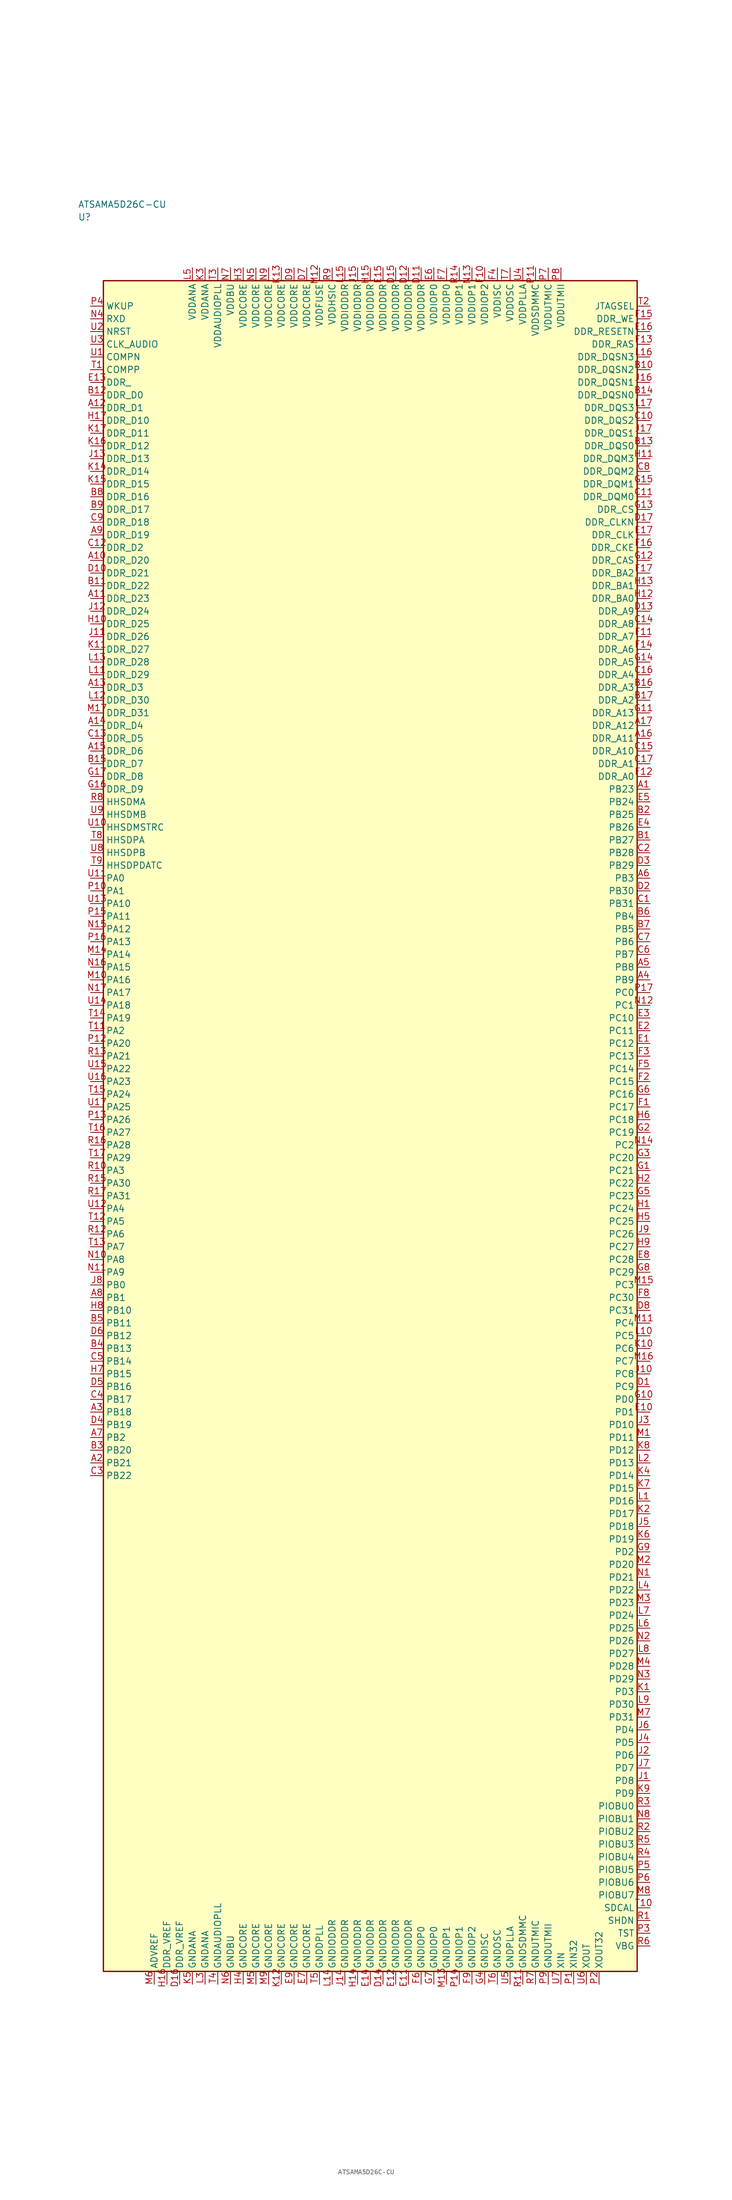
<source format=kicad_sym>
(kicad_symbol_lib
  (version 20241025)
  (generator "kicad_symbol_editor")
  (generator_version "8.0")
  (symbol "ATSAMA5D26C-CU"
    (property "Reference" "U"
      (at -57.5 178.75 0)
      (effects (font (size 1.27 1.27)) (justify left)))
    (property "Value" "ATSAMA5D26C-CU"
      (at -57.5 181.25 0)
      (effects (font (size 1.27 1.27)) (justify left)))
    (symbol "ATSAMA5D26C-CU_0_1"
      (rectangle (start -52.5 166.25) (end 52.5 -166.25) (stroke (width 0.254) (type default)) (fill (type background))))
    (symbol "ATSAMA5D26C-CU_1_1"
      (pin bidirectional line (at -55.04 48.75 0.0) (length 2.54) (name "PA0" (effects (font (size 1.27 1.27)))) (number "U11" (effects (font (size 1.27 1.27)))))
      (pin bidirectional line (at -55.04 46.25 0.0) (length 2.54) (name "PA1" (effects (font (size 1.27 1.27)))) (number "P10" (effects (font (size 1.27 1.27)))))
      (pin bidirectional line (at -55.04 18.75 0.0) (length 2.54) (name "PA2" (effects (font (size 1.27 1.27)))) (number "T11" (effects (font (size 1.27 1.27)))))
      (pin bidirectional line (at -55.04 -8.75 0.0) (length 2.54) (name "PA3" (effects (font (size 1.27 1.27)))) (number "R10" (effects (font (size 1.27 1.27)))))
      (pin bidirectional line (at -55.04 -16.25 0.0) (length 2.54) (name "PA4" (effects (font (size 1.27 1.27)))) (number "U12" (effects (font (size 1.27 1.27)))))
      (pin bidirectional line (at -55.04 -18.75 0.0) (length 2.54) (name "PA5" (effects (font (size 1.27 1.27)))) (number "T12" (effects (font (size 1.27 1.27)))))
      (pin bidirectional line (at -55.04 -21.25 0.0) (length 2.54) (name "PA6" (effects (font (size 1.27 1.27)))) (number "R12" (effects (font (size 1.27 1.27)))))
      (pin bidirectional line (at -55.04 -23.75 0.0) (length 2.54) (name "PA7" (effects (font (size 1.27 1.27)))) (number "T13" (effects (font (size 1.27 1.27)))))
      (pin bidirectional line (at -55.04 -26.25 0.0) (length 2.54) (name "PA8" (effects (font (size 1.27 1.27)))) (number "N10" (effects (font (size 1.27 1.27)))))
      (pin bidirectional line (at -55.04 -28.75 0.0) (length 2.54) (name "PA9" (effects (font (size 1.27 1.27)))) (number "N11" (effects (font (size 1.27 1.27)))))
      (pin bidirectional line (at -55.04 43.75 0.0) (length 2.54) (name "PA10" (effects (font (size 1.27 1.27)))) (number "U13" (effects (font (size 1.27 1.27)))))
      (pin bidirectional line (at -55.04 41.25 0.0) (length 2.54) (name "PA11" (effects (font (size 1.27 1.27)))) (number "P15" (effects (font (size 1.27 1.27)))))
      (pin bidirectional line (at -55.04 38.75 0.0) (length 2.54) (name "PA12" (effects (font (size 1.27 1.27)))) (number "N15" (effects (font (size 1.27 1.27)))))
      (pin bidirectional line (at -55.04 36.25 0.0) (length 2.54) (name "PA13" (effects (font (size 1.27 1.27)))) (number "P16" (effects (font (size 1.27 1.27)))))
      (pin bidirectional line (at -55.04 33.75 0.0) (length 2.54) (name "PA14" (effects (font (size 1.27 1.27)))) (number "M14" (effects (font (size 1.27 1.27)))))
      (pin bidirectional line (at -55.04 31.25 0.0) (length 2.54) (name "PA15" (effects (font (size 1.27 1.27)))) (number "N16" (effects (font (size 1.27 1.27)))))
      (pin bidirectional line (at -55.04 28.75 0.0) (length 2.54) (name "PA16" (effects (font (size 1.27 1.27)))) (number "M10" (effects (font (size 1.27 1.27)))))
      (pin bidirectional line (at -55.04 26.25 0.0) (length 2.54) (name "PA17" (effects (font (size 1.27 1.27)))) (number "N17" (effects (font (size 1.27 1.27)))))
      (pin bidirectional line (at -55.04 23.75 0.0) (length 2.54) (name "PA18" (effects (font (size 1.27 1.27)))) (number "U14" (effects (font (size 1.27 1.27)))))
      (pin bidirectional line (at -55.04 21.25 0.0) (length 2.54) (name "PA19" (effects (font (size 1.27 1.27)))) (number "T14" (effects (font (size 1.27 1.27)))))
      (pin bidirectional line (at -55.04 16.25 0.0) (length 2.54) (name "PA20" (effects (font (size 1.27 1.27)))) (number "P12" (effects (font (size 1.27 1.27)))))
      (pin bidirectional line (at -55.04 13.75 0.0) (length 2.54) (name "PA21" (effects (font (size 1.27 1.27)))) (number "R13" (effects (font (size 1.27 1.27)))))
      (pin bidirectional line (at -55.04 11.25 0.0) (length 2.54) (name "PA22" (effects (font (size 1.27 1.27)))) (number "U15" (effects (font (size 1.27 1.27)))))
      (pin bidirectional line (at -55.04 8.75 0.0) (length 2.54) (name "PA23" (effects (font (size 1.27 1.27)))) (number "U16" (effects (font (size 1.27 1.27)))))
      (pin bidirectional line (at -55.04 6.25 0.0) (length 2.54) (name "PA24" (effects (font (size 1.27 1.27)))) (number "T15" (effects (font (size 1.27 1.27)))))
      (pin bidirectional line (at -55.04 3.75 0.0) (length 2.54) (name "PA25" (effects (font (size 1.27 1.27)))) (number "U17" (effects (font (size 1.27 1.27)))))
      (pin bidirectional line (at -55.04 1.25 0.0) (length 2.54) (name "PA26" (effects (font (size 1.27 1.27)))) (number "P13" (effects (font (size 1.27 1.27)))))
      (pin bidirectional line (at -55.04 -1.25 0.0) (length 2.54) (name "PA27" (effects (font (size 1.27 1.27)))) (number "T16" (effects (font (size 1.27 1.27)))))
      (pin bidirectional line (at -55.04 -3.75 0.0) (length 2.54) (name "PA28" (effects (font (size 1.27 1.27)))) (number "R16" (effects (font (size 1.27 1.27)))))
      (pin bidirectional line (at -55.04 -6.25 0.0) (length 2.54) (name "PA29" (effects (font (size 1.27 1.27)))) (number "T17" (effects (font (size 1.27 1.27)))))
      (pin bidirectional line (at -55.04 -11.25 0.0) (length 2.54) (name "PA30" (effects (font (size 1.27 1.27)))) (number "R15" (effects (font (size 1.27 1.27)))))
      (pin bidirectional line (at -55.04 -13.75 0.0) (length 2.54) (name "PA31" (effects (font (size 1.27 1.27)))) (number "R17" (effects (font (size 1.27 1.27)))))
      (pin bidirectional line (at -55.04 -31.25 0.0) (length 2.54) (name "PB0" (effects (font (size 1.27 1.27)))) (number "J8" (effects (font (size 1.27 1.27)))))
      (pin bidirectional line (at -55.04 -33.75 0.0) (length 2.54) (name "PB1" (effects (font (size 1.27 1.27)))) (number "A8" (effects (font (size 1.27 1.27)))))
      (pin bidirectional line (at -55.04 -61.25 0.0) (length 2.54) (name "PB2" (effects (font (size 1.27 1.27)))) (number "A7" (effects (font (size 1.27 1.27)))))
      (pin bidirectional line (at 55.04 48.75 180.0) (length 2.54) (name "PB3" (effects (font (size 1.27 1.27)))) (number "A6" (effects (font (size 1.27 1.27)))))
      (pin bidirectional line (at 55.04 41.25 180.0) (length 2.54) (name "PB4" (effects (font (size 1.27 1.27)))) (number "B6" (effects (font (size 1.27 1.27)))))
      (pin bidirectional line (at 55.04 38.75 180.0) (length 2.54) (name "PB5" (effects (font (size 1.27 1.27)))) (number "B7" (effects (font (size 1.27 1.27)))))
      (pin bidirectional line (at 55.04 36.25 180.0) (length 2.54) (name "PB6" (effects (font (size 1.27 1.27)))) (number "C7" (effects (font (size 1.27 1.27)))))
      (pin bidirectional line (at 55.04 33.75 180.0) (length 2.54) (name "PB7" (effects (font (size 1.27 1.27)))) (number "C6" (effects (font (size 1.27 1.27)))))
      (pin bidirectional line (at 55.04 31.25 180.0) (length 2.54) (name "PB8" (effects (font (size 1.27 1.27)))) (number "A5" (effects (font (size 1.27 1.27)))))
      (pin bidirectional line (at 55.04 28.75 180.0) (length 2.54) (name "PB9" (effects (font (size 1.27 1.27)))) (number "A4" (effects (font (size 1.27 1.27)))))
      (pin bidirectional line (at -55.04 -36.25 0.0) (length 2.54) (name "PB10" (effects (font (size 1.27 1.27)))) (number "H8" (effects (font (size 1.27 1.27)))))
      (pin bidirectional line (at -55.04 -38.75 0.0) (length 2.54) (name "PB11" (effects (font (size 1.27 1.27)))) (number "B5" (effects (font (size 1.27 1.27)))))
      (pin bidirectional line (at -55.04 -41.25 0.0) (length 2.54) (name "PB12" (effects (font (size 1.27 1.27)))) (number "D6" (effects (font (size 1.27 1.27)))))
      (pin bidirectional line (at -55.04 -43.75 0.0) (length 2.54) (name "PB13" (effects (font (size 1.27 1.27)))) (number "B4" (effects (font (size 1.27 1.27)))))
      (pin bidirectional line (at -55.04 -46.25 0.0) (length 2.54) (name "PB14" (effects (font (size 1.27 1.27)))) (number "C5" (effects (font (size 1.27 1.27)))))
      (pin bidirectional line (at -55.04 -48.75 0.0) (length 2.54) (name "PB15" (effects (font (size 1.27 1.27)))) (number "H7" (effects (font (size 1.27 1.27)))))
      (pin bidirectional line (at -55.04 -51.25 0.0) (length 2.54) (name "PB16" (effects (font (size 1.27 1.27)))) (number "D5" (effects (font (size 1.27 1.27)))))
      (pin bidirectional line (at -55.04 -53.75 0.0) (length 2.54) (name "PB17" (effects (font (size 1.27 1.27)))) (number "C4" (effects (font (size 1.27 1.27)))))
      (pin bidirectional line (at -55.04 -56.25 0.0) (length 2.54) (name "PB18" (effects (font (size 1.27 1.27)))) (number "A3" (effects (font (size 1.27 1.27)))))
      (pin bidirectional line (at -55.04 -58.75 0.0) (length 2.54) (name "PB19" (effects (font (size 1.27 1.27)))) (number "D4" (effects (font (size 1.27 1.27)))))
      (pin bidirectional line (at -55.04 -63.75 0.0) (length 2.54) (name "PB20" (effects (font (size 1.27 1.27)))) (number "B3" (effects (font (size 1.27 1.27)))))
      (pin bidirectional line (at -55.04 -66.25 0.0) (length 2.54) (name "PB21" (effects (font (size 1.27 1.27)))) (number "A2" (effects (font (size 1.27 1.27)))))
      (pin bidirectional line (at -55.04 -68.75 0.0) (length 2.54) (name "PB22" (effects (font (size 1.27 1.27)))) (number "C3" (effects (font (size 1.27 1.27)))))
      (pin bidirectional line (at 55.04 66.25 180.0) (length 2.54) (name "PB23" (effects (font (size 1.27 1.27)))) (number "A1" (effects (font (size 1.27 1.27)))))
      (pin bidirectional line (at 55.04 63.75 180.0) (length 2.54) (name "PB24" (effects (font (size 1.27 1.27)))) (number "E5" (effects (font (size 1.27 1.27)))))
      (pin bidirectional line (at 55.04 61.25 180.0) (length 2.54) (name "PB25" (effects (font (size 1.27 1.27)))) (number "B2" (effects (font (size 1.27 1.27)))))
      (pin bidirectional line (at 55.04 58.75 180.0) (length 2.54) (name "PB26" (effects (font (size 1.27 1.27)))) (number "E4" (effects (font (size 1.27 1.27)))))
      (pin bidirectional line (at 55.04 56.25 180.0) (length 2.54) (name "PB27" (effects (font (size 1.27 1.27)))) (number "B1" (effects (font (size 1.27 1.27)))))
      (pin bidirectional line (at 55.04 53.75 180.0) (length 2.54) (name "PB28" (effects (font (size 1.27 1.27)))) (number "C2" (effects (font (size 1.27 1.27)))))
      (pin bidirectional line (at 55.04 51.25 180.0) (length 2.54) (name "PB29" (effects (font (size 1.27 1.27)))) (number "D3" (effects (font (size 1.27 1.27)))))
      (pin bidirectional line (at 55.04 46.25 180.0) (length 2.54) (name "PB30" (effects (font (size 1.27 1.27)))) (number "D2" (effects (font (size 1.27 1.27)))))
      (pin bidirectional line (at 55.04 43.75 180.0) (length 2.54) (name "PB31" (effects (font (size 1.27 1.27)))) (number "C1" (effects (font (size 1.27 1.27)))))
      (pin bidirectional line (at 55.04 26.25 180.0) (length 2.54) (name "PC0" (effects (font (size 1.27 1.27)))) (number "P17" (effects (font (size 1.27 1.27)))))
      (pin bidirectional line (at 55.04 23.75 180.0) (length 2.54) (name "PC1" (effects (font (size 1.27 1.27)))) (number "N12" (effects (font (size 1.27 1.27)))))
      (pin bidirectional line (at 55.04 -3.75 180.0) (length 2.54) (name "PC2" (effects (font (size 1.27 1.27)))) (number "N14" (effects (font (size 1.27 1.27)))))
      (pin bidirectional line (at 55.04 -31.25 180.0) (length 2.54) (name "PC3" (effects (font (size 1.27 1.27)))) (number "M15" (effects (font (size 1.27 1.27)))))
      (pin bidirectional line (at 55.04 -38.75 180.0) (length 2.54) (name "PC4" (effects (font (size 1.27 1.27)))) (number "M11" (effects (font (size 1.27 1.27)))))
      (pin bidirectional line (at 55.04 -41.25 180.0) (length 2.54) (name "PC5" (effects (font (size 1.27 1.27)))) (number "L10" (effects (font (size 1.27 1.27)))))
      (pin bidirectional line (at 55.04 -43.75 180.0) (length 2.54) (name "PC6" (effects (font (size 1.27 1.27)))) (number "K10" (effects (font (size 1.27 1.27)))))
      (pin bidirectional line (at 55.04 -46.25 180.0) (length 2.54) (name "PC7" (effects (font (size 1.27 1.27)))) (number "M16" (effects (font (size 1.27 1.27)))))
      (pin bidirectional line (at 55.04 -48.75 180.0) (length 2.54) (name "PC8" (effects (font (size 1.27 1.27)))) (number "J10" (effects (font (size 1.27 1.27)))))
      (pin bidirectional line (at 55.04 -51.25 180.0) (length 2.54) (name "PC9" (effects (font (size 1.27 1.27)))) (number "D1" (effects (font (size 1.27 1.27)))))
      (pin bidirectional line (at 55.04 21.25 180.0) (length 2.54) (name "PC10" (effects (font (size 1.27 1.27)))) (number "E3" (effects (font (size 1.27 1.27)))))
      (pin bidirectional line (at 55.04 18.75 180.0) (length 2.54) (name "PC11" (effects (font (size 1.27 1.27)))) (number "E2" (effects (font (size 1.27 1.27)))))
      (pin bidirectional line (at 55.04 16.25 180.0) (length 2.54) (name "PC12" (effects (font (size 1.27 1.27)))) (number "E1" (effects (font (size 1.27 1.27)))))
      (pin bidirectional line (at 55.04 13.75 180.0) (length 2.54) (name "PC13" (effects (font (size 1.27 1.27)))) (number "F3" (effects (font (size 1.27 1.27)))))
      (pin bidirectional line (at 55.04 11.25 180.0) (length 2.54) (name "PC14" (effects (font (size 1.27 1.27)))) (number "F5" (effects (font (size 1.27 1.27)))))
      (pin bidirectional line (at 55.04 8.75 180.0) (length 2.54) (name "PC15" (effects (font (size 1.27 1.27)))) (number "F2" (effects (font (size 1.27 1.27)))))
      (pin bidirectional line (at 55.04 6.25 180.0) (length 2.54) (name "PC16" (effects (font (size 1.27 1.27)))) (number "G6" (effects (font (size 1.27 1.27)))))
      (pin bidirectional line (at 55.04 3.75 180.0) (length 2.54) (name "PC17" (effects (font (size 1.27 1.27)))) (number "F1" (effects (font (size 1.27 1.27)))))
      (pin bidirectional line (at 55.04 1.25 180.0) (length 2.54) (name "PC18" (effects (font (size 1.27 1.27)))) (number "H6" (effects (font (size 1.27 1.27)))))
      (pin bidirectional line (at 55.04 -1.25 180.0) (length 2.54) (name "PC19" (effects (font (size 1.27 1.27)))) (number "G2" (effects (font (size 1.27 1.27)))))
      (pin bidirectional line (at 55.04 -6.25 180.0) (length 2.54) (name "PC20" (effects (font (size 1.27 1.27)))) (number "G3" (effects (font (size 1.27 1.27)))))
      (pin bidirectional line (at 55.04 -8.75 180.0) (length 2.54) (name "PC21" (effects (font (size 1.27 1.27)))) (number "G1" (effects (font (size 1.27 1.27)))))
      (pin bidirectional line (at 55.04 -11.25 180.0) (length 2.54) (name "PC22" (effects (font (size 1.27 1.27)))) (number "H2" (effects (font (size 1.27 1.27)))))
      (pin bidirectional line (at 55.04 -13.75 180.0) (length 2.54) (name "PC23" (effects (font (size 1.27 1.27)))) (number "G5" (effects (font (size 1.27 1.27)))))
      (pin bidirectional line (at 55.04 -16.25 180.0) (length 2.54) (name "PC24" (effects (font (size 1.27 1.27)))) (number "H1" (effects (font (size 1.27 1.27)))))
      (pin bidirectional line (at 55.04 -18.75 180.0) (length 2.54) (name "PC25" (effects (font (size 1.27 1.27)))) (number "H5" (effects (font (size 1.27 1.27)))))
      (pin bidirectional line (at 55.04 -21.25 180.0) (length 2.54) (name "PC26" (effects (font (size 1.27 1.27)))) (number "J9" (effects (font (size 1.27 1.27)))))
      (pin bidirectional line (at 55.04 -23.75 180.0) (length 2.54) (name "PC27" (effects (font (size 1.27 1.27)))) (number "H9" (effects (font (size 1.27 1.27)))))
      (pin bidirectional line (at 55.04 -26.25 180.0) (length 2.54) (name "PC28" (effects (font (size 1.27 1.27)))) (number "E8" (effects (font (size 1.27 1.27)))))
      (pin bidirectional line (at 55.04 -28.75 180.0) (length 2.54) (name "PC29" (effects (font (size 1.27 1.27)))) (number "G8" (effects (font (size 1.27 1.27)))))
      (pin bidirectional line (at 55.04 -33.75 180.0) (length 2.54) (name "PC30" (effects (font (size 1.27 1.27)))) (number "F8" (effects (font (size 1.27 1.27)))))
      (pin bidirectional line (at 55.04 -36.25 180.0) (length 2.54) (name "PC31" (effects (font (size 1.27 1.27)))) (number "D8" (effects (font (size 1.27 1.27)))))
      (pin bidirectional line (at 55.04 -53.75 180.0) (length 2.54) (name "PD0" (effects (font (size 1.27 1.27)))) (number "G10" (effects (font (size 1.27 1.27)))))
      (pin bidirectional line (at 55.04 -56.25 180.0) (length 2.54) (name "PD1" (effects (font (size 1.27 1.27)))) (number "E10" (effects (font (size 1.27 1.27)))))
      (pin bidirectional line (at 55.04 -83.75 180.0) (length 2.54) (name "PD2" (effects (font (size 1.27 1.27)))) (number "G9" (effects (font (size 1.27 1.27)))))
      (pin bidirectional line (at 55.04 -111.25 180.0) (length 2.54) (name "PD3" (effects (font (size 1.27 1.27)))) (number "K1" (effects (font (size 1.27 1.27)))))
      (pin bidirectional line (at 55.04 -118.75 180.0) (length 2.54) (name "PD4" (effects (font (size 1.27 1.27)))) (number "J6" (effects (font (size 1.27 1.27)))))
      (pin bidirectional line (at 55.04 -121.25 180.0) (length 2.54) (name "PD5" (effects (font (size 1.27 1.27)))) (number "J4" (effects (font (size 1.27 1.27)))))
      (pin bidirectional line (at 55.04 -123.75 180.0) (length 2.54) (name "PD6" (effects (font (size 1.27 1.27)))) (number "J2" (effects (font (size 1.27 1.27)))))
      (pin bidirectional line (at 55.04 -126.25 180.0) (length 2.54) (name "PD7" (effects (font (size 1.27 1.27)))) (number "J7" (effects (font (size 1.27 1.27)))))
      (pin bidirectional line (at 55.04 -128.75 180.0) (length 2.54) (name "PD8" (effects (font (size 1.27 1.27)))) (number "J1" (effects (font (size 1.27 1.27)))))
      (pin bidirectional line (at 55.04 -131.25 180.0) (length 2.54) (name "PD9" (effects (font (size 1.27 1.27)))) (number "K9" (effects (font (size 1.27 1.27)))))
      (pin bidirectional line (at 55.04 -58.75 180.0) (length 2.54) (name "PD10" (effects (font (size 1.27 1.27)))) (number "J3" (effects (font (size 1.27 1.27)))))
      (pin bidirectional line (at 55.04 -61.25 180.0) (length 2.54) (name "PD11" (effects (font (size 1.27 1.27)))) (number "M1" (effects (font (size 1.27 1.27)))))
      (pin bidirectional line (at 55.04 -63.75 180.0) (length 2.54) (name "PD12" (effects (font (size 1.27 1.27)))) (number "K8" (effects (font (size 1.27 1.27)))))
      (pin bidirectional line (at 55.04 -66.25 180.0) (length 2.54) (name "PD13" (effects (font (size 1.27 1.27)))) (number "L2" (effects (font (size 1.27 1.27)))))
      (pin bidirectional line (at 55.04 -68.75 180.0) (length 2.54) (name "PD14" (effects (font (size 1.27 1.27)))) (number "K4" (effects (font (size 1.27 1.27)))))
      (pin bidirectional line (at 55.04 -71.25 180.0) (length 2.54) (name "PD15" (effects (font (size 1.27 1.27)))) (number "K7" (effects (font (size 1.27 1.27)))))
      (pin bidirectional line (at 55.04 -73.75 180.0) (length 2.54) (name "PD16" (effects (font (size 1.27 1.27)))) (number "L1" (effects (font (size 1.27 1.27)))))
      (pin bidirectional line (at 55.04 -76.25 180.0) (length 2.54) (name "PD17" (effects (font (size 1.27 1.27)))) (number "K2" (effects (font (size 1.27 1.27)))))
      (pin bidirectional line (at 55.04 -78.75 180.0) (length 2.54) (name "PD18" (effects (font (size 1.27 1.27)))) (number "J5" (effects (font (size 1.27 1.27)))))
      (pin bidirectional line (at 55.04 -81.25 180.0) (length 2.54) (name "PD19" (effects (font (size 1.27 1.27)))) (number "K6" (effects (font (size 1.27 1.27)))))
      (pin bidirectional line (at 55.04 -86.25 180.0) (length 2.54) (name "PD20" (effects (font (size 1.27 1.27)))) (number "M2" (effects (font (size 1.27 1.27)))))
      (pin bidirectional line (at 55.04 -88.75 180.0) (length 2.54) (name "PD21" (effects (font (size 1.27 1.27)))) (number "N1" (effects (font (size 1.27 1.27)))))
      (pin bidirectional line (at 55.04 -91.25 180.0) (length 2.54) (name "PD22" (effects (font (size 1.27 1.27)))) (number "L4" (effects (font (size 1.27 1.27)))))
      (pin bidirectional line (at 55.04 -93.75 180.0) (length 2.54) (name "PD23" (effects (font (size 1.27 1.27)))) (number "M3" (effects (font (size 1.27 1.27)))))
      (pin bidirectional line (at 55.04 -96.25 180.0) (length 2.54) (name "PD24" (effects (font (size 1.27 1.27)))) (number "L7" (effects (font (size 1.27 1.27)))))
      (pin bidirectional line (at 55.04 -98.75 180.0) (length 2.54) (name "PD25" (effects (font (size 1.27 1.27)))) (number "L6" (effects (font (size 1.27 1.27)))))
      (pin bidirectional line (at 55.04 -101.25 180.0) (length 2.54) (name "PD26" (effects (font (size 1.27 1.27)))) (number "N2" (effects (font (size 1.27 1.27)))))
      (pin bidirectional line (at 55.04 -103.75 180.0) (length 2.54) (name "PD27" (effects (font (size 1.27 1.27)))) (number "L8" (effects (font (size 1.27 1.27)))))
      (pin bidirectional line (at 55.04 -106.25 180.0) (length 2.54) (name "PD28" (effects (font (size 1.27 1.27)))) (number "M4" (effects (font (size 1.27 1.27)))))
      (pin bidirectional line (at 55.04 -108.75 180.0) (length 2.54) (name "PD29" (effects (font (size 1.27 1.27)))) (number "N3" (effects (font (size 1.27 1.27)))))
      (pin bidirectional line (at 55.04 -113.75 180.0) (length 2.54) (name "PD30" (effects (font (size 1.27 1.27)))) (number "L9" (effects (font (size 1.27 1.27)))))
      (pin bidirectional line (at 55.04 -116.25 180.0) (length 2.54) (name "PD31" (effects (font (size 1.27 1.27)))) (number "M7" (effects (font (size 1.27 1.27)))))
      (pin power_in line (at -35.0 168.79 270.0) (length 2.54) (name "VDDANA" (effects (font (size 1.27 1.27)))) (number "L5" (effects (font (size 1.27 1.27)))))
      (pin passive line (at -35.0 -168.79 90.0) (length 2.54) (name "GNDANA" (effects (font (size 1.27 1.27)))) (number "K5" (effects (font (size 1.27 1.27)))))
      (pin passive line (at -42.5 -168.79 90.0) (length 2.54) (name "ADVREF" (effects (font (size 1.27 1.27)))) (number "M6" (effects (font (size 1.27 1.27)))))
      (pin power_in line (at -32.5 168.79 270.0) (length 2.54) (name "VDDANA" (effects (font (size 1.27 1.27)))) (number "K3" (effects (font (size 1.27 1.27)))))
      (pin passive line (at -32.5 -168.79 90.0) (length 2.54) (name "GNDANA" (effects (font (size 1.27 1.27)))) (number "L3" (effects (font (size 1.27 1.27)))))
      (pin passive line (at -40.0 -168.79 90.0) (length 2.54) (name "DDR_VREF" (effects (font (size 1.27 1.27)))) (number "H16" (effects (font (size 1.27 1.27)))))
      (pin passive line (at -37.5 -168.79 90.0) (length 2.54) (name "DDR_VREF" (effects (font (size 1.27 1.27)))) (number "D16" (effects (font (size 1.27 1.27)))))
      (pin bidirectional line (at -55.04 143.75 0.0) (length 2.54) (name "DDR_D0" (effects (font (size 1.27 1.27)))) (number "B12" (effects (font (size 1.27 1.27)))))
      (pin bidirectional line (at -55.04 141.25 0.0) (length 2.54) (name "DDR_D1" (effects (font (size 1.27 1.27)))) (number "A12" (effects (font (size 1.27 1.27)))))
      (pin bidirectional line (at -55.04 113.75 0.0) (length 2.54) (name "DDR_D2" (effects (font (size 1.27 1.27)))) (number "C12" (effects (font (size 1.27 1.27)))))
      (pin bidirectional line (at -55.04 86.25 0.0) (length 2.54) (name "DDR_D3" (effects (font (size 1.27 1.27)))) (number "A13" (effects (font (size 1.27 1.27)))))
      (pin bidirectional line (at -55.04 78.75 0.0) (length 2.54) (name "DDR_D4" (effects (font (size 1.27 1.27)))) (number "A14" (effects (font (size 1.27 1.27)))))
      (pin bidirectional line (at -55.04 76.25 0.0) (length 2.54) (name "DDR_D5" (effects (font (size 1.27 1.27)))) (number "C13" (effects (font (size 1.27 1.27)))))
      (pin bidirectional line (at -55.04 73.75 0.0) (length 2.54) (name "DDR_D6" (effects (font (size 1.27 1.27)))) (number "A15" (effects (font (size 1.27 1.27)))))
      (pin bidirectional line (at -55.04 71.25 0.0) (length 2.54) (name "DDR_D7" (effects (font (size 1.27 1.27)))) (number "B15" (effects (font (size 1.27 1.27)))))
      (pin bidirectional line (at -55.04 68.75 0.0) (length 2.54) (name "DDR_D8" (effects (font (size 1.27 1.27)))) (number "G17" (effects (font (size 1.27 1.27)))))
      (pin bidirectional line (at -55.04 66.25 0.0) (length 2.54) (name "DDR_D9" (effects (font (size 1.27 1.27)))) (number "G16" (effects (font (size 1.27 1.27)))))
      (pin bidirectional line (at -55.04 138.75 0.0) (length 2.54) (name "DDR_D10" (effects (font (size 1.27 1.27)))) (number "H17" (effects (font (size 1.27 1.27)))))
      (pin bidirectional line (at -55.04 136.25 0.0) (length 2.54) (name "DDR_D11" (effects (font (size 1.27 1.27)))) (number "K17" (effects (font (size 1.27 1.27)))))
      (pin bidirectional line (at -55.04 133.75 0.0) (length 2.54) (name "DDR_D12" (effects (font (size 1.27 1.27)))) (number "K16" (effects (font (size 1.27 1.27)))))
      (pin bidirectional line (at -55.04 131.25 0.0) (length 2.54) (name "DDR_D13" (effects (font (size 1.27 1.27)))) (number "J13" (effects (font (size 1.27 1.27)))))
      (pin bidirectional line (at -55.04 128.75 0.0) (length 2.54) (name "DDR_D14" (effects (font (size 1.27 1.27)))) (number "K14" (effects (font (size 1.27 1.27)))))
      (pin bidirectional line (at -55.04 126.25 0.0) (length 2.54) (name "DDR_D15" (effects (font (size 1.27 1.27)))) (number "K15" (effects (font (size 1.27 1.27)))))
      (pin bidirectional line (at -55.04 123.75 0.0) (length 2.54) (name "DDR_D16" (effects (font (size 1.27 1.27)))) (number "B8" (effects (font (size 1.27 1.27)))))
      (pin bidirectional line (at -55.04 121.25 0.0) (length 2.54) (name "DDR_D17" (effects (font (size 1.27 1.27)))) (number "B9" (effects (font (size 1.27 1.27)))))
      (pin bidirectional line (at -55.04 118.75 0.0) (length 2.54) (name "DDR_D18" (effects (font (size 1.27 1.27)))) (number "C9" (effects (font (size 1.27 1.27)))))
      (pin bidirectional line (at -55.04 116.25 0.0) (length 2.54) (name "DDR_D19" (effects (font (size 1.27 1.27)))) (number "A9" (effects (font (size 1.27 1.27)))))
      (pin bidirectional line (at -55.04 111.25 0.0) (length 2.54) (name "DDR_D20" (effects (font (size 1.27 1.27)))) (number "A10" (effects (font (size 1.27 1.27)))))
      (pin bidirectional line (at -55.04 108.75 0.0) (length 2.54) (name "DDR_D21" (effects (font (size 1.27 1.27)))) (number "D10" (effects (font (size 1.27 1.27)))))
      (pin bidirectional line (at -55.04 106.25 0.0) (length 2.54) (name "DDR_D22" (effects (font (size 1.27 1.27)))) (number "B11" (effects (font (size 1.27 1.27)))))
      (pin bidirectional line (at -55.04 103.75 0.0) (length 2.54) (name "DDR_D23" (effects (font (size 1.27 1.27)))) (number "A11" (effects (font (size 1.27 1.27)))))
      (pin bidirectional line (at -55.04 101.25 0.0) (length 2.54) (name "DDR_D24" (effects (font (size 1.27 1.27)))) (number "J12" (effects (font (size 1.27 1.27)))))
      (pin bidirectional line (at -55.04 98.75 0.0) (length 2.54) (name "DDR_D25" (effects (font (size 1.27 1.27)))) (number "H10" (effects (font (size 1.27 1.27)))))
      (pin bidirectional line (at -55.04 96.25 0.0) (length 2.54) (name "DDR_D26" (effects (font (size 1.27 1.27)))) (number "J11" (effects (font (size 1.27 1.27)))))
      (pin bidirectional line (at -55.04 93.75 0.0) (length 2.54) (name "DDR_D27" (effects (font (size 1.27 1.27)))) (number "K11" (effects (font (size 1.27 1.27)))))
      (pin bidirectional line (at -55.04 91.25 0.0) (length 2.54) (name "DDR_D28" (effects (font (size 1.27 1.27)))) (number "L13" (effects (font (size 1.27 1.27)))))
      (pin bidirectional line (at -55.04 88.75 0.0) (length 2.54) (name "DDR_D29" (effects (font (size 1.27 1.27)))) (number "L11" (effects (font (size 1.27 1.27)))))
      (pin bidirectional line (at -55.04 83.75 0.0) (length 2.54) (name "DDR_D30" (effects (font (size 1.27 1.27)))) (number "L12" (effects (font (size 1.27 1.27)))))
      (pin bidirectional line (at -55.04 81.25 0.0) (length 2.54) (name "DDR_D31" (effects (font (size 1.27 1.27)))) (number "M17" (effects (font (size 1.27 1.27)))))
      (pin output line (at 55.04 68.75 180.0) (length 2.54) (name "DDR_A0" (effects (font (size 1.27 1.27)))) (number "F12" (effects (font (size 1.27 1.27)))))
      (pin output line (at 55.04 71.25 180.0) (length 2.54) (name "DDR_A1" (effects (font (size 1.27 1.27)))) (number "C17" (effects (font (size 1.27 1.27)))))
      (pin output line (at 55.04 83.75 180.0) (length 2.54) (name "DDR_A2" (effects (font (size 1.27 1.27)))) (number "B17" (effects (font (size 1.27 1.27)))))
      (pin output line (at 55.04 86.25 180.0) (length 2.54) (name "DDR_A3" (effects (font (size 1.27 1.27)))) (number "B16" (effects (font (size 1.27 1.27)))))
      (pin output line (at 55.04 88.75 180.0) (length 2.54) (name "DDR_A4" (effects (font (size 1.27 1.27)))) (number "C16" (effects (font (size 1.27 1.27)))))
      (pin output line (at 55.04 91.25 180.0) (length 2.54) (name "DDR_A5" (effects (font (size 1.27 1.27)))) (number "G14" (effects (font (size 1.27 1.27)))))
      (pin output line (at 55.04 93.75 180.0) (length 2.54) (name "DDR_A6" (effects (font (size 1.27 1.27)))) (number "F14" (effects (font (size 1.27 1.27)))))
      (pin output line (at 55.04 96.25 180.0) (length 2.54) (name "DDR_A7" (effects (font (size 1.27 1.27)))) (number "F11" (effects (font (size 1.27 1.27)))))
      (pin output line (at 55.04 98.75 180.0) (length 2.54) (name "DDR_A8" (effects (font (size 1.27 1.27)))) (number "C14" (effects (font (size 1.27 1.27)))))
      (pin output line (at 55.04 101.25 180.0) (length 2.54) (name "DDR_A9" (effects (font (size 1.27 1.27)))) (number "D13" (effects (font (size 1.27 1.27)))))
      (pin output line (at 55.04 73.75 180.0) (length 2.54) (name "DDR_A10" (effects (font (size 1.27 1.27)))) (number "C15" (effects (font (size 1.27 1.27)))))
      (pin output line (at 55.04 76.25 180.0) (length 2.54) (name "DDR_A11" (effects (font (size 1.27 1.27)))) (number "A16" (effects (font (size 1.27 1.27)))))
      (pin output line (at 55.04 78.75 180.0) (length 2.54) (name "DDR_A12" (effects (font (size 1.27 1.27)))) (number "A17" (effects (font (size 1.27 1.27)))))
      (pin output line (at 55.04 81.25 180.0) (length 2.54) (name "DDR_A13" (effects (font (size 1.27 1.27)))) (number "G11" (effects (font (size 1.27 1.27)))))
      (pin output line (at 55.04 116.25 180.0) (length 2.54) (name "DDR_CLK" (effects (font (size 1.27 1.27)))) (number "E17" (effects (font (size 1.27 1.27)))))
      (pin output line (at 55.04 118.75 180.0) (length 2.54) (name "DDR_CLKN" (effects (font (size 1.27 1.27)))) (number "D17" (effects (font (size 1.27 1.27)))))
      (pin output line (at 55.04 113.75 180.0) (length 2.54) (name "DDR_CKE" (effects (font (size 1.27 1.27)))) (number "F16" (effects (font (size 1.27 1.27)))))
      (pin output line (at 55.04 156.25 180.0) (length 2.54) (name "DDR_RESETN" (effects (font (size 1.27 1.27)))) (number "E16" (effects (font (size 1.27 1.27)))))
      (pin output line (at 55.04 121.25 180.0) (length 2.54) (name "DDR_CS" (effects (font (size 1.27 1.27)))) (number "G13" (effects (font (size 1.27 1.27)))))
      (pin output line (at 55.04 158.75 180.0) (length 2.54) (name "DDR_WE" (effects (font (size 1.27 1.27)))) (number "F15" (effects (font (size 1.27 1.27)))))
      (pin output line (at 55.04 153.75 180.0) (length 2.54) (name "DDR_RAS" (effects (font (size 1.27 1.27)))) (number "F13" (effects (font (size 1.27 1.27)))))
      (pin output line (at 55.04 111.25 180.0) (length 2.54) (name "DDR_CAS" (effects (font (size 1.27 1.27)))) (number "G12" (effects (font (size 1.27 1.27)))))
      (pin output line (at 55.04 123.75 180.0) (length 2.54) (name "DDR_DQM0" (effects (font (size 1.27 1.27)))) (number "C11" (effects (font (size 1.27 1.27)))))
      (pin output line (at 55.04 126.25 180.0) (length 2.54) (name "DDR_DQM1" (effects (font (size 1.27 1.27)))) (number "G15" (effects (font (size 1.27 1.27)))))
      (pin output line (at 55.04 128.75 180.0) (length 2.54) (name "DDR_DQM2" (effects (font (size 1.27 1.27)))) (number "C8" (effects (font (size 1.27 1.27)))))
      (pin output line (at 55.04 131.25 180.0) (length 2.54) (name "DDR_DQM3" (effects (font (size 1.27 1.27)))) (number "H11" (effects (font (size 1.27 1.27)))))
      (pin output line (at 55.04 133.75 180.0) (length 2.54) (name "DDR_DQS0" (effects (font (size 1.27 1.27)))) (number "B13" (effects (font (size 1.27 1.27)))))
      (pin output line (at 55.04 136.25 180.0) (length 2.54) (name "DDR_DQS1" (effects (font (size 1.27 1.27)))) (number "J17" (effects (font (size 1.27 1.27)))))
      (pin output line (at 55.04 138.75 180.0) (length 2.54) (name "DDR_DQS2" (effects (font (size 1.27 1.27)))) (number "C10" (effects (font (size 1.27 1.27)))))
      (pin output line (at 55.04 141.25 180.0) (length 2.54) (name "DDR_DQS3" (effects (font (size 1.27 1.27)))) (number "L17" (effects (font (size 1.27 1.27)))))
      (pin output line (at 55.04 143.75 180.0) (length 2.54) (name "DDR_DQSN0" (effects (font (size 1.27 1.27)))) (number "B14" (effects (font (size 1.27 1.27)))))
      (pin output line (at 55.04 146.25 180.0) (length 2.54) (name "DDR_DQSN1" (effects (font (size 1.27 1.27)))) (number "J16" (effects (font (size 1.27 1.27)))))
      (pin output line (at 55.04 148.75 180.0) (length 2.54) (name "DDR_DQSN2" (effects (font (size 1.27 1.27)))) (number "B10" (effects (font (size 1.27 1.27)))))
      (pin output line (at 55.04 151.25 180.0) (length 2.54) (name "DDR_DQSN3" (effects (font (size 1.27 1.27)))) (number "L16" (effects (font (size 1.27 1.27)))))
      (pin output line (at 55.04 103.75 180.0) (length 2.54) (name "DDR_BA0" (effects (font (size 1.27 1.27)))) (number "H12" (effects (font (size 1.27 1.27)))))
      (pin output line (at 55.04 106.25 180.0) (length 2.54) (name "DDR_BA1" (effects (font (size 1.27 1.27)))) (number "H13" (effects (font (size 1.27 1.27)))))
      (pin output line (at 55.04 108.75 180.0) (length 2.54) (name "DDR_BA2" (effects (font (size 1.27 1.27)))) (number "F17" (effects (font (size 1.27 1.27)))))
      (pin bidirectional line (at -55.04 146.25 0.0) (length 2.54) (name "DDR_" (effects (font (size 1.27 1.27)))) (number "E13" (effects (font (size 1.27 1.27)))))
      (pin power_in line (at -5.0 168.79 270.0) (length 2.54) (name "VDDIODDR" (effects (font (size 1.27 1.27)))) (number "L15" (effects (font (size 1.27 1.27)))))
      (pin power_in line (at -2.5 168.79 270.0) (length 2.54) (name "VDDIODDR" (effects (font (size 1.27 1.27)))) (number "J15" (effects (font (size 1.27 1.27)))))
      (pin power_in line (at 0.0 168.79 270.0) (length 2.54) (name "VDDIODDR" (effects (font (size 1.27 1.27)))) (number "H15" (effects (font (size 1.27 1.27)))))
      (pin power_in line (at 2.5 168.79 270.0) (length 2.54) (name "VDDIODDR" (effects (font (size 1.27 1.27)))) (number "E15" (effects (font (size 1.27 1.27)))))
      (pin power_in line (at 5.0 168.79 270.0) (length 2.54) (name "VDDIODDR" (effects (font (size 1.27 1.27)))) (number "D15" (effects (font (size 1.27 1.27)))))
      (pin power_in line (at 7.5 168.79 270.0) (length 2.54) (name "VDDIODDR" (effects (font (size 1.27 1.27)))) (number "D12" (effects (font (size 1.27 1.27)))))
      (pin power_in line (at 10.0 168.79 270.0) (length 2.54) (name "VDDIODDR" (effects (font (size 1.27 1.27)))) (number "D11" (effects (font (size 1.27 1.27)))))
      (pin passive line (at -7.5 -168.79 90.0) (length 2.54) (name "GNDIODDR" (effects (font (size 1.27 1.27)))) (number "L14" (effects (font (size 1.27 1.27)))))
      (pin passive line (at -5.0 -168.79 90.0) (length 2.54) (name "GNDIODDR" (effects (font (size 1.27 1.27)))) (number "J14" (effects (font (size 1.27 1.27)))))
      (pin passive line (at -2.5 -168.79 90.0) (length 2.54) (name "GNDIODDR" (effects (font (size 1.27 1.27)))) (number "H14" (effects (font (size 1.27 1.27)))))
      (pin passive line (at 0.0 -168.79 90.0) (length 2.54) (name "GNDIODDR" (effects (font (size 1.27 1.27)))) (number "E14" (effects (font (size 1.27 1.27)))))
      (pin passive line (at 2.5 -168.79 90.0) (length 2.54) (name "GNDIODDR" (effects (font (size 1.27 1.27)))) (number "D14" (effects (font (size 1.27 1.27)))))
      (pin passive line (at 5.0 -168.79 90.0) (length 2.54) (name "GNDIODDR" (effects (font (size 1.27 1.27)))) (number "E12" (effects (font (size 1.27 1.27)))))
      (pin passive line (at 7.5 -168.79 90.0) (length 2.54) (name "GNDIODDR" (effects (font (size 1.27 1.27)))) (number "E11" (effects (font (size 1.27 1.27)))))
      (pin power_in line (at -25.0 168.79 270.0) (length 2.54) (name "VDDCORE" (effects (font (size 1.27 1.27)))) (number "H3" (effects (font (size 1.27 1.27)))))
      (pin power_in line (at -22.5 168.79 270.0) (length 2.54) (name "VDDCORE" (effects (font (size 1.27 1.27)))) (number "N5" (effects (font (size 1.27 1.27)))))
      (pin power_in line (at -20.0 168.79 270.0) (length 2.54) (name "VDDCORE" (effects (font (size 1.27 1.27)))) (number "N9" (effects (font (size 1.27 1.27)))))
      (pin power_in line (at -17.5 168.79 270.0) (length 2.54) (name "VDDCORE" (effects (font (size 1.27 1.27)))) (number "K13" (effects (font (size 1.27 1.27)))))
      (pin power_in line (at -15.0 168.79 270.0) (length 2.54) (name "VDDCORE" (effects (font (size 1.27 1.27)))) (number "D9" (effects (font (size 1.27 1.27)))))
      (pin power_in line (at -12.5 168.79 270.0) (length 2.54) (name "VDDCORE" (effects (font (size 1.27 1.27)))) (number "D7" (effects (font (size 1.27 1.27)))))
      (pin passive line (at -25.0 -168.79 90.0) (length 2.54) (name "GNDCORE" (effects (font (size 1.27 1.27)))) (number "H4" (effects (font (size 1.27 1.27)))))
      (pin passive line (at -22.5 -168.79 90.0) (length 2.54) (name "GNDCORE" (effects (font (size 1.27 1.27)))) (number "M5" (effects (font (size 1.27 1.27)))))
      (pin passive line (at -20.0 -168.79 90.0) (length 2.54) (name "GNDCORE" (effects (font (size 1.27 1.27)))) (number "M9" (effects (font (size 1.27 1.27)))))
      (pin passive line (at -17.5 -168.79 90.0) (length 2.54) (name "GNDCORE" (effects (font (size 1.27 1.27)))) (number "K12" (effects (font (size 1.27 1.27)))))
      (pin passive line (at -15.0 -168.79 90.0) (length 2.54) (name "GNDCORE" (effects (font (size 1.27 1.27)))) (number "E9" (effects (font (size 1.27 1.27)))))
      (pin passive line (at -12.5 -168.79 90.0) (length 2.54) (name "GNDCORE" (effects (font (size 1.27 1.27)))) (number "E7" (effects (font (size 1.27 1.27)))))
      (pin power_in line (at 12.5 168.79 270.0) (length 2.54) (name "VDDIOP0" (effects (font (size 1.27 1.27)))) (number "E6" (effects (font (size 1.27 1.27)))))
      (pin power_in line (at 15.0 168.79 270.0) (length 2.54) (name "VDDIOP0" (effects (font (size 1.27 1.27)))) (number "F7" (effects (font (size 1.27 1.27)))))
      (pin passive line (at 10.0 -168.79 90.0) (length 2.54) (name "GNDIOP0" (effects (font (size 1.27 1.27)))) (number "F6" (effects (font (size 1.27 1.27)))))
      (pin passive line (at 12.5 -168.79 90.0) (length 2.54) (name "GNDIOP0" (effects (font (size 1.27 1.27)))) (number "G7" (effects (font (size 1.27 1.27)))))
      (pin power_in line (at 17.5 168.79 270.0) (length 2.54) (name "VDDIOP1" (effects (font (size 1.27 1.27)))) (number "R14" (effects (font (size 1.27 1.27)))))
      (pin power_in line (at 20.0 168.79 270.0) (length 2.54) (name "VDDIOP1" (effects (font (size 1.27 1.27)))) (number "N13" (effects (font (size 1.27 1.27)))))
      (pin passive line (at 15.0 -168.79 90.0) (length 2.54) (name "GNDIOP1" (effects (font (size 1.27 1.27)))) (number "M13" (effects (font (size 1.27 1.27)))))
      (pin passive line (at 17.5 -168.79 90.0) (length 2.54) (name "GNDIOP1" (effects (font (size 1.27 1.27)))) (number "P14" (effects (font (size 1.27 1.27)))))
      (pin power_in line (at 22.5 168.79 270.0) (length 2.54) (name "VDDIOP2" (effects (font (size 1.27 1.27)))) (number "F10" (effects (font (size 1.27 1.27)))))
      (pin passive line (at 20.0 -168.79 90.0) (length 2.54) (name "GNDIOP2" (effects (font (size 1.27 1.27)))) (number "F9" (effects (font (size 1.27 1.27)))))
      (pin power_in line (at 32.5 168.79 270.0) (length 2.54) (name "VDDSDMMC" (effects (font (size 1.27 1.27)))) (number "P11" (effects (font (size 1.27 1.27)))))
      (pin passive line (at 30.0 -168.79 90.0) (length 2.54) (name "GNDSDMMC" (effects (font (size 1.27 1.27)))) (number "R11" (effects (font (size 1.27 1.27)))))
      (pin power_in line (at 25.0 168.79 270.0) (length 2.54) (name "VDDISC" (effects (font (size 1.27 1.27)))) (number "F4" (effects (font (size 1.27 1.27)))))
      (pin passive line (at 22.5 -168.79 90.0) (length 2.54) (name "GNDISC" (effects (font (size 1.27 1.27)))) (number "G4" (effects (font (size 1.27 1.27)))))
      (pin power_in line (at -10.0 168.79 270.0) (length 2.54) (name "VDDFUSE" (effects (font (size 1.27 1.27)))) (number "M12" (effects (font (size 1.27 1.27)))))
      (pin power_in line (at 30.0 168.79 270.0) (length 2.54) (name "VDDPLLA" (effects (font (size 1.27 1.27)))) (number "U4" (effects (font (size 1.27 1.27)))))
      (pin passive line (at 27.5 -168.79 90.0) (length 2.54) (name "GNDPLLA" (effects (font (size 1.27 1.27)))) (number "U5" (effects (font (size 1.27 1.27)))))
      (pin power_in line (at -30.0 168.79 270.0) (length 2.54) (name "VDDAUDIOPLL" (effects (font (size 1.27 1.27)))) (number "T3" (effects (font (size 1.27 1.27)))))
      (pin passive line (at -10.0 -168.79 90.0) (length 2.54) (name "GNDDPLL" (effects (font (size 1.27 1.27)))) (number "T5" (effects (font (size 1.27 1.27)))))
      (pin passive line (at -30.0 -168.79 90.0) (length 2.54) (name "GNDAUDIOPLL" (effects (font (size 1.27 1.27)))) (number "T4" (effects (font (size 1.27 1.27)))))
      (pin bidirectional line (at -55.04 153.75 0.0) (length 2.54) (name "CLK_AUDIO" (effects (font (size 1.27 1.27)))) (number "U3" (effects (font (size 1.27 1.27)))))
      (pin passive line (at 37.5 -168.79 90.0) (length 2.54) (name "XIN" (effects (font (size 1.27 1.27)))) (number "U7" (effects (font (size 1.27 1.27)))))
      (pin passive line (at 42.5 -168.79 90.0) (length 2.54) (name "XOUT" (effects (font (size 1.27 1.27)))) (number "U6" (effects (font (size 1.27 1.27)))))
      (pin power_in line (at 27.5 168.79 270.0) (length 2.54) (name "VDDOSC" (effects (font (size 1.27 1.27)))) (number "T7" (effects (font (size 1.27 1.27)))))
      (pin passive line (at 25.0 -168.79 90.0) (length 2.54) (name "GNDOSC" (effects (font (size 1.27 1.27)))) (number "T6" (effects (font (size 1.27 1.27)))))
      (pin power_in line (at 37.5 168.79 270.0) (length 2.54) (name "VDDUTMII" (effects (font (size 1.27 1.27)))) (number "P8" (effects (font (size 1.27 1.27)))))
      (pin power_in line (at -7.5 168.79 270.0) (length 2.54) (name "VDDHSIC" (effects (font (size 1.27 1.27)))) (number "R9" (effects (font (size 1.27 1.27)))))
      (pin passive line (at 35.0 -168.79 90.0) (length 2.54) (name "GNDUTMII" (effects (font (size 1.27 1.27)))) (number "P9" (effects (font (size 1.27 1.27)))))
      (pin bidirectional line (at -55.04 56.25 0.0) (length 2.54) (name "HHSDPA" (effects (font (size 1.27 1.27)))) (number "T8" (effects (font (size 1.27 1.27)))))
      (pin bidirectional line (at -55.04 63.75 0.0) (length 2.54) (name "HHSDMA" (effects (font (size 1.27 1.27)))) (number "R8" (effects (font (size 1.27 1.27)))))
      (pin bidirectional line (at -55.04 53.75 0.0) (length 2.54) (name "HHSDPB" (effects (font (size 1.27 1.27)))) (number "U8" (effects (font (size 1.27 1.27)))))
      (pin bidirectional line (at -55.04 61.25 0.0) (length 2.54) (name "HHSDMB" (effects (font (size 1.27 1.27)))) (number "U9" (effects (font (size 1.27 1.27)))))
      (pin bidirectional line (at -55.04 51.25 0.0) (length 2.54) (name "HHSDPDATC" (effects (font (size 1.27 1.27)))) (number "T9" (effects (font (size 1.27 1.27)))))
      (pin bidirectional line (at -55.04 58.75 0.0) (length 2.54) (name "HHSDMSTRC" (effects (font (size 1.27 1.27)))) (number "U10" (effects (font (size 1.27 1.27)))))
      (pin power_in line (at 35.0 168.79 270.0) (length 2.54) (name "VDDUTMIC" (effects (font (size 1.27 1.27)))) (number "P7" (effects (font (size 1.27 1.27)))))
      (pin passive line (at 32.5 -168.79 90.0) (length 2.54) (name "GNDUTMIC" (effects (font (size 1.27 1.27)))) (number "R7" (effects (font (size 1.27 1.27)))))
      (pin bidirectional line (at 55.04 -153.75 180.0) (length 2.54) (name "SDCAL" (effects (font (size 1.27 1.27)))) (number "T10" (effects (font (size 1.27 1.27)))))
      (pin bidirectional line (at 55.04 -161.25 180.0) (length 2.54) (name "VBG" (effects (font (size 1.27 1.27)))) (number "R6" (effects (font (size 1.27 1.27)))))
      (pin bidirectional line (at 55.04 -158.75 180.0) (length 2.54) (name "TST" (effects (font (size 1.27 1.27)))) (number "P3" (effects (font (size 1.27 1.27)))))
      (pin input line (at -55.04 156.25 0.0) (length 2.54) (name "NRST" (effects (font (size 1.27 1.27)))) (number "U2" (effects (font (size 1.27 1.27)))))
      (pin output line (at 55.04 161.25 180.0) (length 2.54) (name "JTAGSEL" (effects (font (size 1.27 1.27)))) (number "T2" (effects (font (size 1.27 1.27)))))
      (pin input line (at -55.04 161.25 0.0) (length 2.54) (name "WKUP" (effects (font (size 1.27 1.27)))) (number "P4" (effects (font (size 1.27 1.27)))))
      (pin input line (at -55.04 158.75 0.0) (length 2.54) (name "RXD" (effects (font (size 1.27 1.27)))) (number "N4" (effects (font (size 1.27 1.27)))))
      (pin bidirectional line (at 55.04 -156.25 180.0) (length 2.54) (name "SHDN" (effects (font (size 1.27 1.27)))) (number "R1" (effects (font (size 1.27 1.27)))))
      (pin bidirectional line (at 55.04 -133.75 180.0) (length 2.54) (name "PIOBU0" (effects (font (size 1.27 1.27)))) (number "R3" (effects (font (size 1.27 1.27)))))
      (pin bidirectional line (at 55.04 -136.25 180.0) (length 2.54) (name "PIOBU1" (effects (font (size 1.27 1.27)))) (number "N8" (effects (font (size 1.27 1.27)))))
      (pin bidirectional line (at 55.04 -138.75 180.0) (length 2.54) (name "PIOBU2" (effects (font (size 1.27 1.27)))) (number "R2" (effects (font (size 1.27 1.27)))))
      (pin bidirectional line (at 55.04 -141.25 180.0) (length 2.54) (name "PIOBU3" (effects (font (size 1.27 1.27)))) (number "R5" (effects (font (size 1.27 1.27)))))
      (pin bidirectional line (at 55.04 -143.75 180.0) (length 2.54) (name "PIOBU4" (effects (font (size 1.27 1.27)))) (number "R4" (effects (font (size 1.27 1.27)))))
      (pin bidirectional line (at 55.04 -146.25 180.0) (length 2.54) (name "PIOBU5" (effects (font (size 1.27 1.27)))) (number "P5" (effects (font (size 1.27 1.27)))))
      (pin bidirectional line (at 55.04 -148.75 180.0) (length 2.54) (name "PIOBU6" (effects (font (size 1.27 1.27)))) (number "P6" (effects (font (size 1.27 1.27)))))
      (pin bidirectional line (at 55.04 -151.25 180.0) (length 2.54) (name "PIOBU7" (effects (font (size 1.27 1.27)))) (number "M8" (effects (font (size 1.27 1.27)))))
      (pin power_in line (at -27.5 168.79 270.0) (length 2.54) (name "VDDBU" (effects (font (size 1.27 1.27)))) (number "N7" (effects (font (size 1.27 1.27)))))
      (pin passive line (at -27.5 -168.79 90.0) (length 2.54) (name "GNDBU" (effects (font (size 1.27 1.27)))) (number "N6" (effects (font (size 1.27 1.27)))))
      (pin passive line (at 40.0 -168.79 90.0) (length 2.54) (name "XIN32" (effects (font (size 1.27 1.27)))) (number "P1" (effects (font (size 1.27 1.27)))))
      (pin passive line (at 45.0 -168.79 90.0) (length 2.54) (name "XOUT32" (effects (font (size 1.27 1.27)))) (number "P2" (effects (font (size 1.27 1.27)))))
      (pin bidirectional line (at -55.04 148.75 0.0) (length 2.54) (name "COMPP" (effects (font (size 1.27 1.27)))) (number "T1" (effects (font (size 1.27 1.27)))))
      (pin bidirectional line (at -55.04 151.25 0.0) (length 2.54) (name "COMPN" (effects (font (size 1.27 1.27)))) (number "U1" (effects (font (size 1.27 1.27))))))))
</source>
